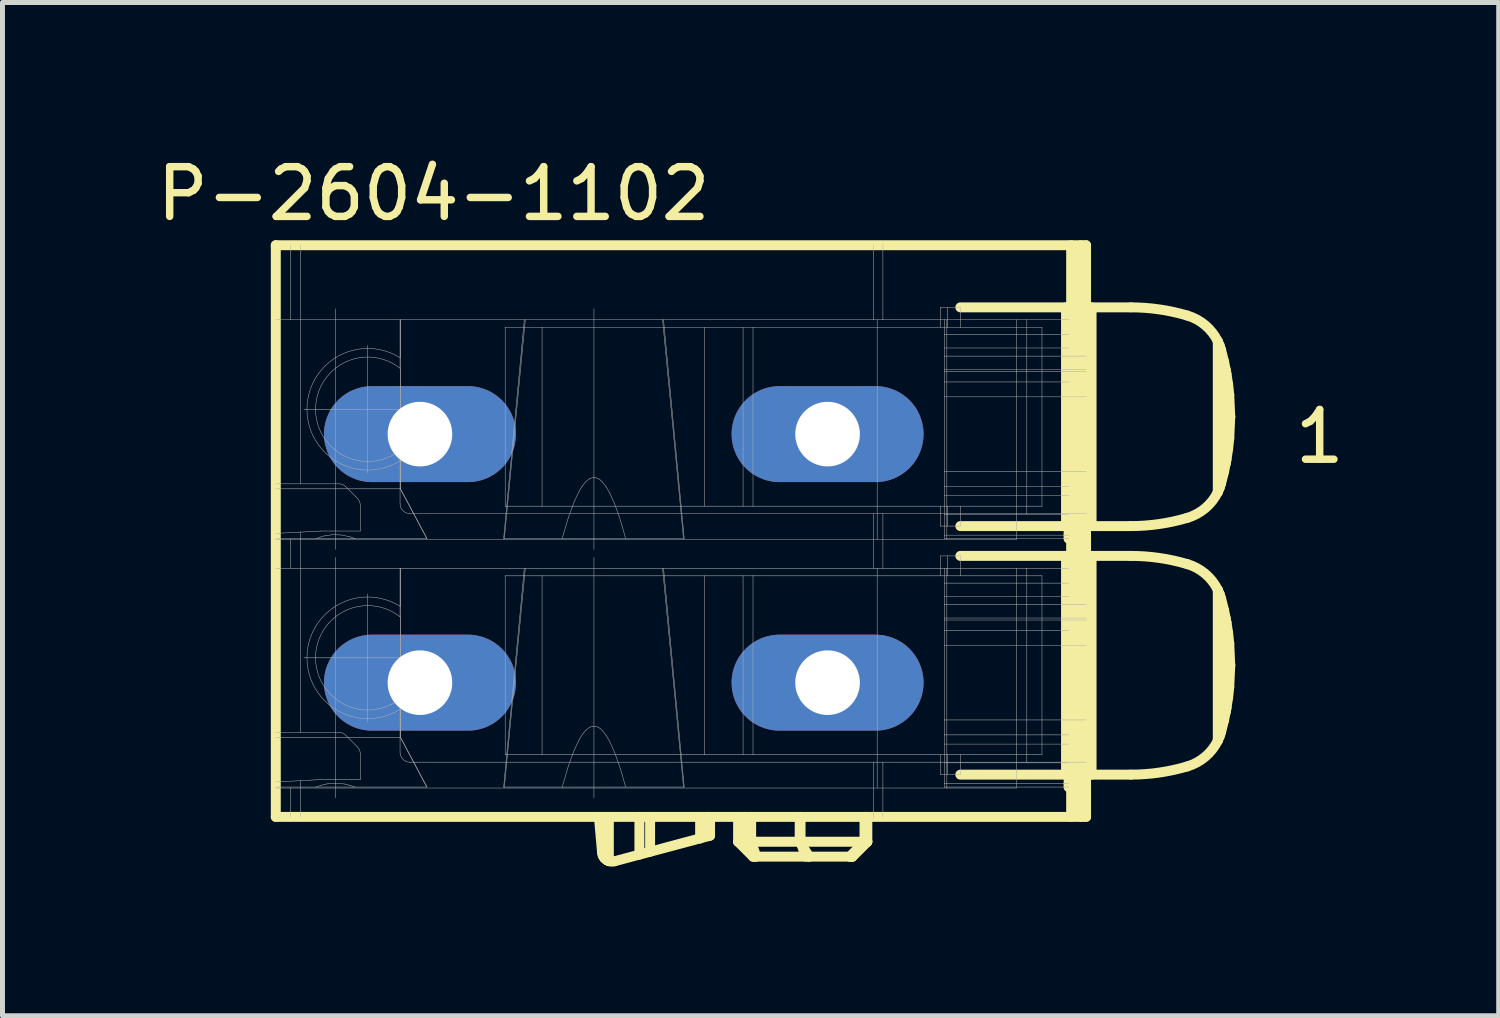
<source format=kicad_pcb>
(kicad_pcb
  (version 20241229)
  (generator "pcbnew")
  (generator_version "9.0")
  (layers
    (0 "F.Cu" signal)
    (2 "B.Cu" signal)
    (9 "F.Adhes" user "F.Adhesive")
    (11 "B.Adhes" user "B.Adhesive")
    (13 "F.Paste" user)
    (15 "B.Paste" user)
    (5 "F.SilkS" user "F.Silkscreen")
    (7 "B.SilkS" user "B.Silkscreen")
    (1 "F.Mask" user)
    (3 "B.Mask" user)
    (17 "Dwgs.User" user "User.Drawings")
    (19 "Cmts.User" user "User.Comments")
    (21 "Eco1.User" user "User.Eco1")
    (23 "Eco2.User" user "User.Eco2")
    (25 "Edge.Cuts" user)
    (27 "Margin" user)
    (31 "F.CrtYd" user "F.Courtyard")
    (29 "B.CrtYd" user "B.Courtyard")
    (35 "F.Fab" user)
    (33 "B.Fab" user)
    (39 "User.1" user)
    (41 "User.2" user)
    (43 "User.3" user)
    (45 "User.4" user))
  (footprint "P-2604-1102"
    (layer "F.Cu")
    (at 13.598 3.383)
    (property "Reference" "P-2604-1102" (at -7.925 -2.535 0) (layer "F.SilkS") (effects (font (size 1 1) (thickness 0.15))))
    (attr through_hole)
    (fp_line (start -11.1 10) (end -11.1 -1.5) (stroke (width 0.2) (type solid)) (layer "F.SilkS"))
    (fp_line (start -4.537 10.717) (end -4.6 10) (stroke (width 0.2) (type solid)) (layer "F.SilkS"))
    (fp_line (start -4.537 10.717) (end -4.522 10.778) (stroke (width 0.2) (type solid)) (layer "F.SilkS"))
    (fp_line (start -4.522 10.778) (end -4.491 10.829) (stroke (width 0.2) (type solid)) (layer "F.SilkS"))
    (fp_line (start -4.491 10.829) (end -4.436 10.874) (stroke (width 0.2) (type solid)) (layer "F.SilkS"))
    (fp_line (start -4.452 10.864) (end -4.452 10) (stroke (width 0.2) (type solid)) (layer "F.SilkS"))
    (fp_line (start -4.436 10.874) (end -4.4 10.89) (stroke (width 0.2) (type solid)) (layer "F.SilkS"))
    (fp_line (start -4.4 10.89) (end -4.4 10) (stroke (width 0.2) (type solid)) (layer "F.SilkS"))
    (fp_line (start -3.785 10.759) (end -3.785 10) (stroke (width 0.2) (type solid)) (layer "F.SilkS"))
    (fp_line (start -3.57 10.701) (end -3.57 10) (stroke (width 0.2) (type solid)) (layer "F.SilkS"))
    (fp_line (start -2.564 10.432) (end -4.286 10.893) (stroke (width 0.2) (type solid)) (layer "F.SilkS"))
    (fp_line (start -2.564 10.432) (end -2.564 10) (stroke (width 0.2) (type solid)) (layer "F.SilkS"))
    (fp_line (start -2.4 10.388) (end -2.4 10) (stroke (width 0.2) (type solid)) (layer "F.SilkS"))
    (fp_line (start -2.364 10.378) (end -2.564 10.432) (stroke (width 0.2) (type solid)) (layer "F.SilkS"))
    (fp_line (start -2.364 10.378) (end -2.364 10) (stroke (width 0.2) (type solid)) (layer "F.SilkS"))
    (fp_line (start -1.8 10) (end -1.8 10.5) (stroke (width 0.2) (type solid)) (layer "F.SilkS"))
    (fp_line (start -1.8 10.5) (end -1.5 10.8) (stroke (width 0.2) (type solid)) (layer "F.SilkS"))
    (fp_line (start -1.655 10.5) (end -1.8 10.5) (stroke (width 0.2) (type solid)) (layer "F.SilkS"))
    (fp_line (start -1.655 10.5) (end -1.655 10) (stroke (width 0.2) (type solid)) (layer "F.SilkS"))
    (fp_line (start -1.537 10.5) (end -1.537 10) (stroke (width 0.2) (type solid)) (layer "F.SilkS"))
    (fp_line (start -1.464 10.8) (end -1.655 10.5) (stroke (width 0.2) (type solid)) (layer "F.SilkS"))
    (fp_line (start -1.464 10.8) (end -1.5 10.8) (stroke (width 0.2) (type solid)) (layer "F.SilkS"))
    (fp_line (start -1.434 10.8) (end -1.537 10.5) (stroke (width 0.2) (type solid)) (layer "F.SilkS"))
    (fp_line (start -0.561 10.5) (end -1.655 10.5) (stroke (width 0.2) (type solid)) (layer "F.SilkS"))
    (fp_line (start -0.561 10.5) (end -0.561 10) (stroke (width 0.2) (type solid)) (layer "F.SilkS"))
    (fp_line (start -0.543 10.5) (end -0.543 10) (stroke (width 0.2) (type solid)) (layer "F.SilkS"))
    (fp_line (start -0.44 10.8) (end -0.543 10.5) (stroke (width 0.2) (type solid)) (layer "F.SilkS"))
    (fp_line (start -0.369 10.8) (end -1.464 10.8) (stroke (width 0.2) (type solid)) (layer "F.SilkS"))
    (fp_line (start -0.369 10.8) (end -0.561 10.5) (stroke (width 0.2) (type solid)) (layer "F.SilkS"))
    (fp_line (start 0.446 10.8) (end -0.369 10.8) (stroke (width 0.2) (type solid)) (layer "F.SilkS"))
    (fp_line (start 0.446 10.8) (end 0.743 10.5) (stroke (width 0.2) (type solid)) (layer "F.SilkS"))
    (fp_line (start 0.494 10.8) (end 0.446 10.8) (stroke (width 0.2) (type solid)) (layer "F.SilkS"))
    (fp_line (start 0.494 10.8) (end 0.792 10.5) (stroke (width 0.2) (type solid)) (layer "F.SilkS"))
    (fp_line (start 0.5 10.8) (end 0.494 10.8) (stroke (width 0.2) (type solid)) (layer "F.SilkS"))
    (fp_line (start 0.5 10.8) (end 0.8 10.5) (stroke (width 0.2) (type solid)) (layer "F.SilkS"))
    (fp_line (start 0.743 10.5) (end -0.561 10.5) (stroke (width 0.2) (type solid)) (layer "F.SilkS"))
    (fp_line (start 0.743 10.5) (end 0.743 10) (stroke (width 0.2) (type solid)) (layer "F.SilkS"))
    (fp_line (start 0.792 10.5) (end 0.743 10.5) (stroke (width 0.2) (type solid)) (layer "F.SilkS"))
    (fp_line (start 0.792 10.5) (end 0.792 10) (stroke (width 0.2) (type solid)) (layer "F.SilkS"))
    (fp_line (start 0.8 10.5) (end 0.792 10.5) (stroke (width 0.2) (type solid)) (layer "F.SilkS"))
    (fp_line (start 0.8 10.5) (end 0.8 10) (stroke (width 0.2) (type solid)) (layer "F.SilkS"))
    (fp_line (start 4.797 4.15) (end 4.797 -0.25) (stroke (width 0.2) (type solid)) (layer "F.SilkS"))
    (fp_line (start 4.797 9.15) (end 4.797 4.75) (stroke (width 0.2) (type solid)) (layer "F.SilkS"))
    (fp_line (start 4.85 0) (end 4.85 1.25) (stroke (width 0.2) (type solid)) (layer "F.SilkS"))
    (fp_line (start 4.85 1.25) (end 4.85 3.35) (stroke (width 0.2) (type solid)) (layer "F.SilkS"))
    (fp_line (start 4.85 3.35) (end 4.85 4.4) (stroke (width 0.2) (type solid)) (layer "F.SilkS"))
    (fp_line (start 4.85 5) (end 4.85 6.25) (stroke (width 0.2) (type solid)) (layer "F.SilkS"))
    (fp_line (start 4.85 6.25) (end 4.85 8.35) (stroke (width 0.2) (type solid)) (layer "F.SilkS"))
    (fp_line (start 4.85 8.35) (end 4.85 9.4) (stroke (width 0.2) (type solid)) (layer "F.SilkS"))
    (fp_line (start 4.9 10) (end 4.9 -1.5) (stroke (width 0.2) (type solid)) (layer "F.SilkS"))
    (fp_line (start 5.093 10) (end 5.093 -1.5) (stroke (width 0.2) (type solid)) (layer "F.SilkS"))
    (fp_line (start 5.2 -1.5) (end -11.1 -1.5) (stroke (width 0.2) (type solid)) (layer "F.SilkS"))
    (fp_line (start 5.2 -0.194) (end 4.85 0) (stroke (width 0.2) (type solid)) (layer "F.SilkS"))
    (fp_line (start 5.2 0.13) (end 4.85 0.298) (stroke (width 0.2) (type solid)) (layer "F.SilkS"))
    (fp_line (start 5.2 0.399) (end 4.85 0.567) (stroke (width 0.2) (type solid)) (layer "F.SilkS"))
    (fp_line (start 5.2 1.056) (end 4.85 1.25) (stroke (width 0.2) (type solid)) (layer "F.SilkS"))
    (fp_line (start 5.2 3.544) (end 4.85 3.35) (stroke (width 0.2) (type solid)) (layer "F.SilkS"))
    (fp_line (start 5.2 3.558) (end 4.85 3.536) (stroke (width 0.2) (type solid)) (layer "F.SilkS"))
    (fp_line (start 5.2 4.081) (end 4.85 3.913) (stroke (width 0.2) (type solid)) (layer "F.SilkS"))
    (fp_line (start 5.2 4.501) (end 4.85 4.333) (stroke (width 0.2) (type solid)) (layer "F.SilkS"))
    (fp_line (start 5.2 4.594) (end 4.85 4.4) (stroke (width 0.2) (type solid)) (layer "F.SilkS"))
    (fp_line (start 5.2 4.806) (end 4.85 5) (stroke (width 0.2) (type solid)) (layer "F.SilkS"))
    (fp_line (start 5.2 5.13) (end 4.85 5.298) (stroke (width 0.2) (type solid)) (layer "F.SilkS"))
    (fp_line (start 5.2 5.399) (end 4.85 5.567) (stroke (width 0.2) (type solid)) (layer "F.SilkS"))
    (fp_line (start 5.2 6.056) (end 4.85 6.25) (stroke (width 0.2) (type solid)) (layer "F.SilkS"))
    (fp_line (start 5.2 8.544) (end 4.85 8.35) (stroke (width 0.2) (type solid)) (layer "F.SilkS"))
    (fp_line (start 5.2 8.558) (end 4.85 8.536) (stroke (width 0.2) (type solid)) (layer "F.SilkS"))
    (fp_line (start 5.2 9.081) (end 4.85 8.913) (stroke (width 0.2) (type solid)) (layer "F.SilkS"))
    (fp_line (start 5.2 9.501) (end 4.85 9.333) (stroke (width 0.2) (type solid)) (layer "F.SilkS"))
    (fp_line (start 5.2 9.594) (end 4.85 9.4) (stroke (width 0.2) (type solid)) (layer "F.SilkS"))
    (fp_line (start 5.2 10) (end -11.1 10) (stroke (width 0.2) (type solid)) (layer "F.SilkS"))
    (fp_line (start 5.2 10) (end 5.2 -1.5) (stroke (width 0.2) (type solid)) (layer "F.SilkS"))
    (fp_line (start 5.311 4.15) (end 5.311 -0.25) (stroke (width 0.2) (type solid)) (layer "F.SilkS"))
    (fp_line (start 5.311 9.15) (end 5.311 4.75) (stroke (width 0.2) (type solid)) (layer "F.SilkS"))
    (fp_line (start 6.1 -0.25) (end 2.671 -0.25) (stroke (width 0.2) (type solid)) (layer "F.SilkS"))
    (fp_line (start 6.1 4.15) (end 2.671 4.15) (stroke (width 0.2) (type solid)) (layer "F.SilkS"))
    (fp_line (start 6.1 4.75) (end 2.671 4.75) (stroke (width 0.2) (type solid)) (layer "F.SilkS"))
    (fp_line (start 6.1 9.15) (end 2.671 9.15) (stroke (width 0.2) (type solid)) (layer "F.SilkS"))
    (fp_line (start 7.85 0.433) (end 7.887 0.517) (stroke (width 0.2) (type solid)) (layer "F.SilkS"))
    (fp_line (start 7.85 3.467) (end 7.85 0.433) (stroke (width 0.2) (type solid)) (layer "F.SilkS"))
    (fp_line (start 7.85 5.433) (end 7.887 5.517) (stroke (width 0.2) (type solid)) (layer "F.SilkS"))
    (fp_line (start 7.85 8.467) (end 7.85 5.433) (stroke (width 0.2) (type solid)) (layer "F.SilkS"))
    (fp_line (start 7.887 0.517) (end 7.916 0.605) (stroke (width 0.2) (type solid)) (layer "F.SilkS"))
    (fp_line (start 7.887 5.517) (end 7.916 5.605) (stroke (width 0.2) (type solid)) (layer "F.SilkS"))
    (fp_line (start 7.887 3.382) (end 7.85 3.467) (stroke (width 0.2) (type solid)) (layer "F.SilkS"))
    (fp_line (start 7.887 8.382) (end 7.85 8.467) (stroke (width 0.2) (type solid)) (layer "F.SilkS"))
    (fp_line (start 7.916 0.605) (end 7.977 0.846) (stroke (width 0.2) (type solid)) (layer "F.SilkS"))
    (fp_line (start 7.916 3.295) (end 7.887 3.382) (stroke (width 0.2) (type solid)) (layer "F.SilkS"))
    (fp_line (start 7.916 5.605) (end 7.977 5.846) (stroke (width 0.2) (type solid)) (layer "F.SilkS"))
    (fp_line (start 7.916 8.295) (end 7.887 8.382) (stroke (width 0.2) (type solid)) (layer "F.SilkS"))
    (fp_line (start 7.977 0.846) (end 8.025 1.09) (stroke (width 0.2) (type solid)) (layer "F.SilkS"))
    (fp_line (start 7.977 5.846) (end 8.025 6.09) (stroke (width 0.2) (type solid)) (layer "F.SilkS"))
    (fp_line (start 7.977 3.053) (end 7.916 3.295) (stroke (width 0.2) (type solid)) (layer "F.SilkS"))
    (fp_line (start 7.977 8.053) (end 7.916 8.295) (stroke (width 0.2) (type solid)) (layer "F.SilkS"))
    (fp_line (start 8.011 2.891) (end 8.011 1.009) (stroke (width 0.2) (type solid)) (layer "F.SilkS"))
    (fp_line (start 8.011 7.891) (end 8.011 6.009) (stroke (width 0.2) (type solid)) (layer "F.SilkS"))
    (fp_line (start 8.025 1.09) (end 8.058 1.3) (stroke (width 0.2) (type solid)) (layer "F.SilkS"))
    (fp_line (start 8.025 2.81) (end 7.977 3.053) (stroke (width 0.2) (type solid)) (layer "F.SilkS"))
    (fp_line (start 8.025 6.09) (end 8.058 6.3) (stroke (width 0.2) (type solid)) (layer "F.SilkS"))
    (fp_line (start 8.025 7.81) (end 7.977 8.053) (stroke (width 0.2) (type solid)) (layer "F.SilkS"))
    (fp_line (start 8.058 1.3) (end 8.081 1.511) (stroke (width 0.2) (type solid)) (layer "F.SilkS"))
    (fp_line (start 8.058 6.3) (end 8.081 6.511) (stroke (width 0.2) (type solid)) (layer "F.SilkS"))
    (fp_line (start 8.058 2.598) (end 8.025 2.81) (stroke (width 0.2) (type solid)) (layer "F.SilkS"))
    (fp_line (start 8.058 7.598) (end 8.025 7.81) (stroke (width 0.2) (type solid)) (layer "F.SilkS"))
    (fp_line (start 8.081 1.511) (end 8.1 1.936) (stroke (width 0.2) (type solid)) (layer "F.SilkS"))
    (fp_line (start 8.081 6.511) (end 8.1 6.936) (stroke (width 0.2) (type solid)) (layer "F.SilkS"))
    (fp_line (start 8.081 2.386) (end 8.058 2.598) (stroke (width 0.2) (type solid)) (layer "F.SilkS"))
    (fp_line (start 8.081 7.386) (end 8.058 7.598) (stroke (width 0.2) (type solid)) (layer "F.SilkS"))
    (fp_line (start 8.1 1.936) (end 8.1 1.95) (stroke (width 0.2) (type solid)) (layer "F.SilkS"))
    (fp_line (start 8.1 1.964) (end 8.081 2.386) (stroke (width 0.2) (type solid)) (layer "F.SilkS"))
    (fp_line (start 8.1 6.936) (end 8.1 6.95) (stroke (width 0.2) (type solid)) (layer "F.SilkS"))
    (fp_line (start 8.1 6.964) (end 8.081 7.386) (stroke (width 0.2) (type solid)) (layer "F.SilkS"))
    (fp_line (start 8.1 1.95) (end 8.1 1.964) (stroke (width 0.2) (type solid)) (layer "F.SilkS"))
    (fp_line (start 8.1 6.95) (end 8.1 6.964) (stroke (width 0.2) (type solid)) (layer "F.SilkS"))
    (fp_arc (start -4.28623 10.8932) (mid -4.343333 10.899963) (end -4.4 10.8902) (stroke (width 0.2) (type solid)) (layer "F.SilkS"))
    (fp_arc (start 6.1 -0.249997) (mid 6.674259 -0.20856) (end 7.23662 -0.085109) (stroke (width 0.2) (type solid)) (layer "F.SilkS"))
    (fp_arc (start 6.1 4.75) (mid 6.674259 4.791438) (end 7.23662 4.91489) (stroke (width 0.2) (type solid)) (layer "F.SilkS"))
    (fp_arc (start 7.23662 -0.085116) (mid 7.597551 0.109553) (end 7.85 0.432719) (stroke (width 0.2) (type solid)) (layer "F.SilkS"))
    (fp_arc (start 7.23662 3.98511) (mid 6.674259 4.108562) (end 6.1 4.15) (stroke (width 0.2) (type solid)) (layer "F.SilkS"))
    (fp_arc (start 7.23662 4.91488) (mid 7.597551 5.109551) (end 7.85 5.43272) (stroke (width 0.2) (type solid)) (layer "F.SilkS"))
    (fp_arc (start 7.23662 8.98511) (mid 6.674259 9.108562) (end 6.1 9.15) (stroke (width 0.2) (type solid)) (layer "F.SilkS"))
    (fp_arc (start 7.84999 3.46728) (mid 7.597545 3.790443) (end 7.23662 3.98511) (stroke (width 0.2) (type solid)) (layer "F.SilkS"))
    (fp_arc (start 7.84999 8.46728) (mid 7.597545 8.790443) (end 7.23662 8.98511) (stroke (width 0.2) (type solid)) (layer "F.SilkS"))
    (fp_line (start -11.1 3.4) (end -8.596 3.4) (stroke (width 0.01) (type solid)) (layer "F.Fab"))
    (fp_line (start -11.1 4.4) (end -10.29 4.4) (stroke (width 0.01) (type solid)) (layer "F.Fab"))
    (fp_line (start -11.1 8.4) (end -8.59 8.4) (stroke (width 0.01) (type solid)) (layer "F.Fab"))
    (fp_line (start -10.8 0) (end -10.8 -1.5) (stroke (width 0.01) (type solid)) (layer "F.Fab"))
    (fp_line (start -10.8 5) (end -10.8 4.42) (stroke (width 0.01) (type solid)) (layer "F.Fab"))
    (fp_line (start -10.8 10) (end -10.8 9.42) (stroke (width 0.01) (type solid)) (layer "F.Fab"))
    (fp_line (start -10.6 3.3) (end -11.1 3.3) (stroke (width 0.01) (type solid)) (layer "F.Fab"))
    (fp_line (start -10.6 3.3) (end -10.6 -1.5) (stroke (width 0.01) (type solid)) (layer "F.Fab"))
    (fp_line (start -10.6 8.3) (end -11.1 8.3) (stroke (width 0.01) (type solid)) (layer "F.Fab"))
    (fp_line (start -10.6 8.3) (end -10.6 4.271) (stroke (width 0.01) (type solid)) (layer "F.Fab"))
    (fp_line (start -10.6 10) (end -10.6 9.271) (stroke (width 0.01) (type solid)) (layer "F.Fab"))
    (fp_line (start -10.534 1.8) (end -8.6 1.8) (stroke (width 0.01) (type solid)) (layer "F.Fab"))
    (fp_line (start -10.534 6.8) (end -8.6 6.8) (stroke (width 0.01) (type solid)) (layer "F.Fab"))
    (fp_line (start -10.29 4.4) (end -10.127 4.348) (stroke (width 0.01) (type solid)) (layer "F.Fab"))
    (fp_line (start -10.29 4.4) (end -9.51 4.4) (stroke (width 0.01) (type solid)) (layer "F.Fab"))
    (fp_line (start -10.29 9.4) (end -10.181 9.363) (stroke (width 0.01) (type solid)) (layer "F.Fab"))
    (fp_line (start -10.2 4.25) (end -11.1 4.297) (stroke (width 0.01) (type solid)) (layer "F.Fab"))
    (fp_line (start -10.2 4.25) (end -9.4 4.25) (stroke (width 0.01) (type solid)) (layer "F.Fab"))
    (fp_line (start -10.2 9.25) (end -11.1 9.297) (stroke (width 0.01) (type solid)) (layer "F.Fab"))
    (fp_line (start -10.2 9.25) (end -9.4 9.25) (stroke (width 0.01) (type solid)) (layer "F.Fab"))
    (fp_line (start -10.181 9.363) (end -10.069 9.336) (stroke (width 0.01) (type solid)) (layer "F.Fab"))
    (fp_line (start -10.127 4.348) (end -9.954 4.323) (stroke (width 0.01) (type solid)) (layer "F.Fab"))
    (fp_line (start -10.069 9.336) (end -9.895 9.322) (stroke (width 0.01) (type solid)) (layer "F.Fab"))
    (fp_line (start -9.954 4.323) (end -9.782 4.329) (stroke (width 0.01) (type solid)) (layer "F.Fab"))
    (fp_line (start -9.9 4.62) (end -9.9 -0.22) (stroke (width 0.01) (type solid)) (layer "F.Fab"))
    (fp_line (start -9.9 9.62) (end -9.9 4.78) (stroke (width 0.01) (type solid)) (layer "F.Fab"))
    (fp_line (start -9.895 9.322) (end -9.715 9.339) (stroke (width 0.01) (type solid)) (layer "F.Fab"))
    (fp_line (start -9.833 3.3) (end -10.6 3.3) (stroke (width 0.01) (type solid)) (layer "F.Fab"))
    (fp_line (start -9.833 8.3) (end -10.6 8.3) (stroke (width 0.01) (type solid)) (layer "F.Fab"))
    (fp_line (start -9.782 4.329) (end -9.608 4.366) (stroke (width 0.01) (type solid)) (layer "F.Fab"))
    (fp_line (start -9.715 9.339) (end -9.612 9.365) (stroke (width 0.01) (type solid)) (layer "F.Fab"))
    (fp_line (start -9.612 9.365) (end -9.51 9.4) (stroke (width 0.01) (type solid)) (layer "F.Fab"))
    (fp_line (start -9.608 4.366) (end -9.51 4.4) (stroke (width 0.01) (type solid)) (layer "F.Fab"))
    (fp_line (start -9.51 4.4) (end -8.063 4.4) (stroke (width 0.01) (type solid)) (layer "F.Fab"))
    (fp_line (start -9.459 3.591) (end -9.691 3.359) (stroke (width 0.01) (type solid)) (layer "F.Fab"))
    (fp_line (start -9.459 8.591) (end -9.691 8.359) (stroke (width 0.01) (type solid)) (layer "F.Fab"))
    (fp_line (start -9.4 4.25) (end -9.4 3.733) (stroke (width 0.01) (type solid)) (layer "F.Fab"))
    (fp_line (start -9.4 9.25) (end -9.4 8.733) (stroke (width 0.01) (type solid)) (layer "F.Fab"))
    (fp_line (start -9.25 3.084) (end -9.25 0.516) (stroke (width 0.01) (type solid)) (layer "F.Fab"))
    (fp_line (start -9.25 8.084) (end -9.25 5.516) (stroke (width 0.01) (type solid)) (layer "F.Fab"))
    (fp_line (start -8.6 0) (end -11.1 0) (stroke (width 0.01) (type solid)) (layer "F.Fab"))
    (fp_line (start -8.6 0) (end -8.6 0.764) (stroke (width 0.01) (type solid)) (layer "F.Fab"))
    (fp_line (start -8.6 0.764) (end -8.6 0.975) (stroke (width 0.01) (type solid)) (layer "F.Fab"))
    (fp_line (start -8.6 2.62) (end -8.6 1.8) (stroke (width 0.01) (type solid)) (layer "F.Fab"))
    (fp_line (start -8.6 2.625) (end -8.6 2.836) (stroke (width 0.01) (type solid)) (layer "F.Fab"))
    (fp_line (start -8.6 2.836) (end -8.6 3.7) (stroke (width 0.01) (type solid)) (layer "F.Fab"))
    (fp_line (start -8.6 5) (end -11.1 5) (stroke (width 0.01) (type solid)) (layer "F.Fab"))
    (fp_line (start -8.6 5) (end -8.6 5.764) (stroke (width 0.01) (type solid)) (layer "F.Fab"))
    (fp_line (start -8.6 5.764) (end -8.6 5.975) (stroke (width 0.01) (type solid)) (layer "F.Fab"))
    (fp_line (start -8.6 7.62) (end -8.6 6.8) (stroke (width 0.01) (type solid)) (layer "F.Fab"))
    (fp_line (start -8.6 7.625) (end -8.6 7.836) (stroke (width 0.01) (type solid)) (layer "F.Fab"))
    (fp_line (start -8.6 7.836) (end -8.6 8.7) (stroke (width 0.01) (type solid)) (layer "F.Fab"))
    (fp_line (start -8.596 0.761) (end -8.596 0) (stroke (width 0.01) (type solid)) (layer "F.Fab"))
    (fp_line (start -8.596 1.8) (end -8.6 1.8) (stroke (width 0.01) (type solid)) (layer "F.Fab"))
    (fp_line (start -8.596 1.8) (end -8.596 0.979) (stroke (width 0.01) (type solid)) (layer "F.Fab"))
    (fp_line (start -8.596 2.8) (end -8.59 2.8) (stroke (width 0.01) (type solid)) (layer "F.Fab"))
    (fp_line (start -8.596 3.4) (end -8.596 2.839) (stroke (width 0.01) (type solid)) (layer "F.Fab"))
    (fp_line (start -8.596 3.4) (end -8.59 3.4) (stroke (width 0.01) (type solid)) (layer "F.Fab"))
    (fp_line (start -8.596 5.761) (end -8.596 5) (stroke (width 0.01) (type solid)) (layer "F.Fab"))
    (fp_line (start -8.596 6.8) (end -8.6 6.8) (stroke (width 0.01) (type solid)) (layer "F.Fab"))
    (fp_line (start -8.596 6.8) (end -8.596 5.979) (stroke (width 0.01) (type solid)) (layer "F.Fab"))
    (fp_line (start -8.596 7.8) (end -7.8 7.8) (stroke (width 0.01) (type solid)) (layer "F.Fab"))
    (fp_line (start -8.596 8.4) (end -8.596 7.839) (stroke (width 0.01) (type solid)) (layer "F.Fab"))
    (fp_line (start -8.59 1.8) (end -8.596 1.8) (stroke (width 0.01) (type solid)) (layer "F.Fab"))
    (fp_line (start -8.59 1.8) (end -8.59 0) (stroke (width 0.01) (type solid)) (layer "F.Fab"))
    (fp_line (start -8.59 2.8) (end -7.8 2.8) (stroke (width 0.01) (type solid)) (layer "F.Fab"))
    (fp_line (start -8.59 3.4) (end -8.59 2.8) (stroke (width 0.01) (type solid)) (layer "F.Fab"))
    (fp_line (start -8.59 6.8) (end -8.596 6.8) (stroke (width 0.01) (type solid)) (layer "F.Fab"))
    (fp_line (start -8.59 6.8) (end -8.59 5) (stroke (width 0.01) (type solid)) (layer "F.Fab"))
    (fp_line (start -8.59 8.4) (end -8.59 7.8) (stroke (width 0.01) (type solid)) (layer "F.Fab"))
    (fp_line (start -8.4 3.9) (end 0.92 3.9) (stroke (width 0.01) (type solid)) (layer "F.Fab"))
    (fp_line (start -8.4 8.9) (end 0.92 8.9) (stroke (width 0.01) (type solid)) (layer "F.Fab"))
    (fp_line (start -8.063 4.4) (end -8.596 3.4) (stroke (width 0.01) (type solid)) (layer "F.Fab"))
    (fp_line (start -8.063 4.4) (end -8.058 4.4) (stroke (width 0.01) (type solid)) (layer "F.Fab"))
    (fp_line (start -8.063 9.4) (end -8.596 8.4) (stroke (width 0.01) (type solid)) (layer "F.Fab"))
    (fp_line (start -8.058 4.4) (end -8.59 3.4) (stroke (width 0.01) (type solid)) (layer "F.Fab"))
    (fp_line (start -8.058 9.4) (end -11.1 9.4) (stroke (width 0.01) (type solid)) (layer "F.Fab"))
    (fp_line (start -8.058 9.4) (end -8.59 8.4) (stroke (width 0.01) (type solid)) (layer "F.Fab"))
    (fp_line (start -7.8 1.8) (end -8.59 1.8) (stroke (width 0.01) (type solid)) (layer "F.Fab"))
    (fp_line (start -7.8 2.8) (end -7.8 1.8) (stroke (width 0.01) (type solid)) (layer "F.Fab"))
    (fp_line (start -7.8 6.8) (end -8.59 6.8) (stroke (width 0.01) (type solid)) (layer "F.Fab"))
    (fp_line (start -7.8 7.8) (end -7.8 6.8) (stroke (width 0.01) (type solid)) (layer "F.Fab"))
    (fp_line (start -6.485 3.75) (end -6.485 0.15) (stroke (width 0.01) (type solid)) (layer "F.Fab"))
    (fp_line (start -6.485 8.75) (end -6.485 5.15) (stroke (width 0.01) (type solid)) (layer "F.Fab"))
    (fp_line (start -6.1 0) (end -6.516 4.4) (stroke (width 0.01) (type solid)) (layer "F.Fab"))
    (fp_line (start -6.1 5) (end -6.516 9.4) (stroke (width 0.01) (type solid)) (layer "F.Fab"))
    (fp_line (start -6.081 0) (end -6.502 4.4) (stroke (width 0.01) (type solid)) (layer "F.Fab"))
    (fp_line (start -6.081 5) (end -6.502 9.4) (stroke (width 0.01) (type solid)) (layer "F.Fab"))
    (fp_line (start -5.743 0.15) (end -6.485 0.15) (stroke (width 0.01) (type solid)) (layer "F.Fab"))
    (fp_line (start -5.743 3.75) (end -6.485 3.75) (stroke (width 0.01) (type solid)) (layer "F.Fab"))
    (fp_line (start -5.743 3.75) (end -5.743 0.15) (stroke (width 0.01) (type solid)) (layer "F.Fab"))
    (fp_line (start -5.743 8.75) (end -5.743 5.15) (stroke (width 0.01) (type solid)) (layer "F.Fab"))
    (fp_line (start -5.338 4.4) (end -5.219 3.992) (stroke (width 0.01) (type solid)) (layer "F.Fab"))
    (fp_line (start -5.338 9.4) (end -5.219 8.992) (stroke (width 0.01) (type solid)) (layer "F.Fab"))
    (fp_line (start -5.219 3.992) (end -5.098 3.661) (stroke (width 0.01) (type solid)) (layer "F.Fab"))
    (fp_line (start -5.219 8.992) (end -5.098 8.661) (stroke (width 0.01) (type solid)) (layer "F.Fab"))
    (fp_line (start -5.098 3.661) (end -4.998 3.448) (stroke (width 0.01) (type solid)) (layer "F.Fab"))
    (fp_line (start -5.098 8.661) (end -4.998 8.448) (stroke (width 0.01) (type solid)) (layer "F.Fab"))
    (fp_line (start -4.998 3.448) (end -4.937 3.348) (stroke (width 0.01) (type solid)) (layer "F.Fab"))
    (fp_line (start -4.998 8.448) (end -4.937 8.348) (stroke (width 0.01) (type solid)) (layer "F.Fab"))
    (fp_line (start -4.937 3.348) (end -4.862 3.255) (stroke (width 0.01) (type solid)) (layer "F.Fab"))
    (fp_line (start -4.937 8.348) (end -4.862 8.255) (stroke (width 0.01) (type solid)) (layer "F.Fab"))
    (fp_line (start -4.862 3.255) (end -4.792 3.2) (stroke (width 0.01) (type solid)) (layer "F.Fab"))
    (fp_line (start -4.862 8.255) (end -4.792 8.2) (stroke (width 0.01) (type solid)) (layer "F.Fab"))
    (fp_line (start -4.792 3.2) (end -4.734 3.177) (stroke (width 0.01) (type solid)) (layer "F.Fab"))
    (fp_line (start -4.792 8.2) (end -4.734 8.177) (stroke (width 0.01) (type solid)) (layer "F.Fab"))
    (fp_line (start -4.734 3.177) (end -4.672 3.176) (stroke (width 0.01) (type solid)) (layer "F.Fab"))
    (fp_line (start -4.734 8.177) (end -4.672 8.176) (stroke (width 0.01) (type solid)) (layer "F.Fab"))
    (fp_line (start -4.7 4.62) (end -4.7 -0.22) (stroke (width 0.01) (type solid)) (layer "F.Fab"))
    (fp_line (start -4.7 9.62) (end -4.7 4.78) (stroke (width 0.01) (type solid)) (layer "F.Fab"))
    (fp_line (start -4.672 3.176) (end -4.614 3.197) (stroke (width 0.01) (type solid)) (layer "F.Fab"))
    (fp_line (start -4.672 8.176) (end -4.614 8.197) (stroke (width 0.01) (type solid)) (layer "F.Fab"))
    (fp_line (start -4.614 3.197) (end -4.573 3.224) (stroke (width 0.01) (type solid)) (layer "F.Fab"))
    (fp_line (start -4.614 8.197) (end -4.573 8.224) (stroke (width 0.01) (type solid)) (layer "F.Fab"))
    (fp_line (start -4.573 3.224) (end -4.536 3.257) (stroke (width 0.01) (type solid)) (layer "F.Fab"))
    (fp_line (start -4.573 8.224) (end -4.536 8.257) (stroke (width 0.01) (type solid)) (layer "F.Fab"))
    (fp_line (start -4.536 3.257) (end -4.452 3.364) (stroke (width 0.01) (type solid)) (layer "F.Fab"))
    (fp_line (start -4.536 8.257) (end -4.452 8.364) (stroke (width 0.01) (type solid)) (layer "F.Fab"))
    (fp_line (start -4.452 3.364) (end -4.383 3.484) (stroke (width 0.01) (type solid)) (layer "F.Fab"))
    (fp_line (start -4.452 8.364) (end -4.383 8.484) (stroke (width 0.01) (type solid)) (layer "F.Fab"))
    (fp_line (start -4.383 3.484) (end -4.284 3.704) (stroke (width 0.01) (type solid)) (layer "F.Fab"))
    (fp_line (start -4.383 8.484) (end -4.284 8.704) (stroke (width 0.01) (type solid)) (layer "F.Fab"))
    (fp_line (start -4.284 3.704) (end -4.201 3.931) (stroke (width 0.01) (type solid)) (layer "F.Fab"))
    (fp_line (start -4.284 8.704) (end -4.201 8.931) (stroke (width 0.01) (type solid)) (layer "F.Fab"))
    (fp_line (start -4.201 3.931) (end -4.128 4.165) (stroke (width 0.01) (type solid)) (layer "F.Fab"))
    (fp_line (start -4.201 8.931) (end -4.128 9.165) (stroke (width 0.01) (type solid)) (layer "F.Fab"))
    (fp_line (start -4.128 4.165) (end -4.062 4.4) (stroke (width 0.01) (type solid)) (layer "F.Fab"))
    (fp_line (start -4.128 9.165) (end -4.062 9.4) (stroke (width 0.01) (type solid)) (layer "F.Fab"))
    (fp_line (start -2.898 4.4) (end -3.319 0) (stroke (width 0.01) (type solid)) (layer "F.Fab"))
    (fp_line (start -2.898 9.4) (end -3.319 5) (stroke (width 0.01) (type solid)) (layer "F.Fab"))
    (fp_line (start -2.884 4.4) (end -6.516 4.4) (stroke (width 0.01) (type solid)) (layer "F.Fab"))
    (fp_line (start -2.884 4.4) (end -3.3 0) (stroke (width 0.01) (type solid)) (layer "F.Fab"))
    (fp_line (start -2.884 9.4) (end -6.516 9.4) (stroke (width 0.01) (type solid)) (layer "F.Fab"))
    (fp_line (start -2.884 9.4) (end -3.3 5) (stroke (width 0.01) (type solid)) (layer "F.Fab"))
    (fp_line (start -2.475 3.75) (end -2.475 0.15) (stroke (width 0.01) (type solid)) (layer "F.Fab"))
    (fp_line (start -2.475 8.75) (end -2.475 5.15) (stroke (width 0.01) (type solid)) (layer "F.Fab"))
    (fp_line (start -1.7 3.75) (end -1.7 0.15) (stroke (width 0.01) (type solid)) (layer "F.Fab"))
    (fp_line (start -1.7 8.75) (end -1.7 5.15) (stroke (width 0.01) (type solid)) (layer "F.Fab"))
    (fp_line (start -1.5 0.15) (end -5.743 0.15) (stroke (width 0.01) (type solid)) (layer "F.Fab"))
    (fp_line (start -1.5 3.75) (end -5.743 3.75) (stroke (width 0.01) (type solid)) (layer "F.Fab"))
    (fp_line (start -1.5 3.75) (end -1.5 0.15) (stroke (width 0.01) (type solid)) (layer "F.Fab"))
    (fp_line (start -1.5 5.15) (end -6.485 5.15) (stroke (width 0.01) (type solid)) (layer "F.Fab"))
    (fp_line (start -1.5 8.75) (end -1.5 5.15) (stroke (width 0.01) (type solid)) (layer "F.Fab"))
    (fp_line (start -0.4 1.8) (end -0.4 2.8) (stroke (width 0.01) (type solid)) (layer "F.Fab"))
    (fp_line (start -0.4 2.8) (end 0.4 2.8) (stroke (width 0.01) (type solid)) (layer "F.Fab"))
    (fp_line (start -0.4 6.8) (end -0.4 7.8) (stroke (width 0.01) (type solid)) (layer "F.Fab"))
    (fp_line (start -0.4 7.8) (end 0.4 7.8) (stroke (width 0.01) (type solid)) (layer "F.Fab"))
    (fp_line (start 0.4 1.8) (end -0.4 1.8) (stroke (width 0.01) (type solid)) (layer "F.Fab"))
    (fp_line (start 0.4 2.8) (end 0.4 1.8) (stroke (width 0.01) (type solid)) (layer "F.Fab"))
    (fp_line (start 0.4 6.8) (end -0.4 6.8) (stroke (width 0.01) (type solid)) (layer "F.Fab"))
    (fp_line (start 0.4 7.8) (end 0.4 6.8) (stroke (width 0.01) (type solid)) (layer "F.Fab"))
    (fp_line (start 0.92 0) (end -8.6 0) (stroke (width 0.01) (type solid)) (layer "F.Fab"))
    (fp_line (start 0.92 0) (end 0.92 -1.5) (stroke (width 0.01) (type solid)) (layer "F.Fab"))
    (fp_line (start 0.92 3.9) (end 1.113 3.9) (stroke (width 0.01) (type solid)) (layer "F.Fab"))
    (fp_line (start 0.92 5) (end -8.6 5) (stroke (width 0.01) (type solid)) (layer "F.Fab"))
    (fp_line (start 0.92 5) (end 0.92 3.9) (stroke (width 0.01) (type solid)) (layer "F.Fab"))
    (fp_line (start 0.92 8.9) (end 1.113 8.9) (stroke (width 0.01) (type solid)) (layer "F.Fab"))
    (fp_line (start 0.92 10) (end 0.92 8.9) (stroke (width 0.01) (type solid)) (layer "F.Fab"))
    (fp_line (start 0.998 4.42) (end 0.998 0) (stroke (width 0.01) (type solid)) (layer "F.Fab"))
    (fp_line (start 0.998 9.42) (end 0.998 5) (stroke (width 0.01) (type solid)) (layer "F.Fab"))
    (fp_line (start 1.113 0) (end 0.92 0) (stroke (width 0.01) (type solid)) (layer "F.Fab"))
    (fp_line (start 1.113 0) (end 1.113 -1.5) (stroke (width 0.01) (type solid)) (layer "F.Fab"))
    (fp_line (start 1.113 3.9) (end 4.008 3.9) (stroke (width 0.01) (type solid)) (layer "F.Fab"))
    (fp_line (start 1.113 5) (end 0.92 5) (stroke (width 0.01) (type solid)) (layer "F.Fab"))
    (fp_line (start 1.113 5) (end 1.113 3.9) (stroke (width 0.01) (type solid)) (layer "F.Fab"))
    (fp_line (start 1.113 8.9) (end 2.271 8.9) (stroke (width 0.01) (type solid)) (layer "F.Fab"))
    (fp_line (start 1.113 10) (end 1.113 8.9) (stroke (width 0.01) (type solid)) (layer "F.Fab"))
    (fp_line (start 2.271 -0.25) (end 2.271 0.15) (stroke (width 0.01) (type solid)) (layer "F.Fab"))
    (fp_line (start 2.271 3.75) (end 2.271 4.15) (stroke (width 0.01) (type solid)) (layer "F.Fab"))
    (fp_line (start 2.271 4.75) (end 2.271 5) (stroke (width 0.01) (type solid)) (layer "F.Fab"))
    (fp_line (start 2.271 5) (end 1.113 5) (stroke (width 0.01) (type solid)) (layer "F.Fab"))
    (fp_line (start 2.271 5) (end 2.271 5.15) (stroke (width 0.01) (type solid)) (layer "F.Fab"))
    (fp_line (start 2.271 8.75) (end 2.271 8.9) (stroke (width 0.01) (type solid)) (layer "F.Fab"))
    (fp_line (start 2.271 8.9) (end 2.271 9.15) (stroke (width 0.01) (type solid)) (layer "F.Fab"))
    (fp_line (start 2.35 0) (end 1.113 0) (stroke (width 0.01) (type solid)) (layer "F.Fab"))
    (fp_line (start 2.35 0) (end 2.35 4.4) (stroke (width 0.01) (type solid)) (layer "F.Fab"))
    (fp_line (start 2.35 5) (end 2.271 5) (stroke (width 0.01) (type solid)) (layer "F.Fab"))
    (fp_line (start 2.35 5) (end 2.35 8.05) (stroke (width 0.01) (type solid)) (layer "F.Fab"))
    (fp_line (start 2.35 8.05) (end 2.35 8.35) (stroke (width 0.01) (type solid)) (layer "F.Fab"))
    (fp_line (start 2.35 8.35) (end 2.35 9.4) (stroke (width 0.01) (type solid)) (layer "F.Fab"))
    (fp_line (start 2.399 4.42) (end 2.399 0) (stroke (width 0.01) (type solid)) (layer "F.Fab"))
    (fp_line (start 2.399 9.42) (end 2.399 5) (stroke (width 0.01) (type solid)) (layer "F.Fab"))
    (fp_line (start 2.414 0.15) (end 2.414 -0.25) (stroke (width 0.01) (type solid)) (layer "F.Fab"))
    (fp_line (start 2.414 4.15) (end 2.414 3.75) (stroke (width 0.01) (type solid)) (layer "F.Fab"))
    (fp_line (start 2.414 5.15) (end 2.414 4.75) (stroke (width 0.01) (type solid)) (layer "F.Fab"))
    (fp_line (start 2.414 9.15) (end 2.414 8.75) (stroke (width 0.01) (type solid)) (layer "F.Fab"))
    (fp_line (start 2.671 -0.25) (end 2.271 -0.25) (stroke (width 0.01) (type solid)) (layer "F.Fab"))
    (fp_line (start 2.671 0.15) (end -1.5 0.15) (stroke (width 0.01) (type solid)) (layer "F.Fab"))
    (fp_line (start 2.671 0.15) (end 2.671 -0.25) (stroke (width 0.01) (type solid)) (layer "F.Fab"))
    (fp_line (start 2.671 3.75) (end -1.5 3.75) (stroke (width 0.01) (type solid)) (layer "F.Fab"))
    (fp_line (start 2.671 4.15) (end 2.271 4.15) (stroke (width 0.01) (type solid)) (layer "F.Fab"))
    (fp_line (start 2.671 4.15) (end 2.671 3.75) (stroke (width 0.01) (type solid)) (layer "F.Fab"))
    (fp_line (start 2.671 4.75) (end 2.271 4.75) (stroke (width 0.01) (type solid)) (layer "F.Fab"))
    (fp_line (start 2.671 5.15) (end -1.5 5.15) (stroke (width 0.01) (type solid)) (layer "F.Fab"))
    (fp_line (start 2.671 5.15) (end 2.671 4.75) (stroke (width 0.01) (type solid)) (layer "F.Fab"))
    (fp_line (start 2.671 8.75) (end -6.485 8.75) (stroke (width 0.01) (type solid)) (layer "F.Fab"))
    (fp_line (start 2.671 9.15) (end 2.271 9.15) (stroke (width 0.01) (type solid)) (layer "F.Fab"))
    (fp_line (start 2.671 9.15) (end 2.671 8.75) (stroke (width 0.01) (type solid)) (layer "F.Fab"))
    (fp_line (start 3.8 4.42) (end -11.1 4.42) (stroke (width 0.01) (type solid)) (layer "F.Fab"))
    (fp_line (start 3.8 4.42) (end 3.8 0) (stroke (width 0.01) (type solid)) (layer "F.Fab"))
    (fp_line (start 3.8 9.42) (end -11.1 9.42) (stroke (width 0.01) (type solid)) (layer "F.Fab"))
    (fp_line (start 3.8 9.42) (end 3.8 5) (stroke (width 0.01) (type solid)) (layer "F.Fab"))
    (fp_line (start 4.008 0) (end 2.35 0) (stroke (width 0.01) (type solid)) (layer "F.Fab"))
    (fp_line (start 4.008 3.9) (end 4.008 0) (stroke (width 0.01) (type solid)) (layer "F.Fab"))
    (fp_line (start 4.008 5) (end 2.35 5) (stroke (width 0.01) (type solid)) (layer "F.Fab"))
    (fp_line (start 4.008 8.9) (end 2.271 8.9) (stroke (width 0.01) (type solid)) (layer "F.Fab"))
    (fp_line (start 4.008 8.9) (end 4.008 5) (stroke (width 0.01) (type solid)) (layer "F.Fab"))
    (fp_line (start 4.313 0.15) (end 2.671 0.15) (stroke (width 0.01) (type solid)) (layer "F.Fab"))
    (fp_line (start 4.313 3.75) (end 2.671 3.75) (stroke (width 0.01) (type solid)) (layer "F.Fab"))
    (fp_line (start 4.313 3.75) (end 4.313 0.15) (stroke (width 0.01) (type solid)) (layer "F.Fab"))
    (fp_line (start 4.313 5.15) (end 2.671 5.15) (stroke (width 0.01) (type solid)) (layer "F.Fab"))
    (fp_line (start 4.313 8.75) (end 2.671 8.75) (stroke (width 0.01) (type solid)) (layer "F.Fab"))
    (fp_line (start 4.313 8.75) (end 4.313 5.15) (stroke (width 0.01) (type solid)) (layer "F.Fab"))
    (fp_line (start 4.85 0) (end 4.008 0) (stroke (width 0.01) (type solid)) (layer "F.Fab"))
    (fp_line (start 4.85 0.298) (end 2.35 0.298) (stroke (width 0.01) (type solid)) (layer "F.Fab"))
    (fp_line (start 4.85 0.567) (end 2.35 0.567) (stroke (width 0.01) (type solid)) (layer "F.Fab"))
    (fp_line (start 4.85 1.25) (end 2.35 1.25) (stroke (width 0.01) (type solid)) (layer "F.Fab"))
    (fp_line (start 4.85 3.35) (end 2.35 3.35) (stroke (width 0.01) (type solid)) (layer "F.Fab"))
    (fp_line (start 4.85 3.536) (end 2.35 3.536) (stroke (width 0.01) (type solid)) (layer "F.Fab"))
    (fp_line (start 4.85 3.913) (end 2.35 3.913) (stroke (width 0.01) (type solid)) (layer "F.Fab"))
    (fp_line (start 4.85 4.333) (end 2.35 4.333) (stroke (width 0.01) (type solid)) (layer "F.Fab"))
    (fp_line (start 4.85 4.4) (end 2.35 4.4) (stroke (width 0.01) (type solid)) (layer "F.Fab"))
    (fp_line (start 4.85 5) (end 4.008 5) (stroke (width 0.01) (type solid)) (layer "F.Fab"))
    (fp_line (start 4.85 5.298) (end 2.35 5.298) (stroke (width 0.01) (type solid)) (layer "F.Fab"))
    (fp_line (start 4.85 5.567) (end 2.35 5.567) (stroke (width 0.01) (type solid)) (layer "F.Fab"))
    (fp_line (start 4.85 6.25) (end 2.35 6.25) (stroke (width 0.01) (type solid)) (layer "F.Fab"))
    (fp_line (start 4.85 8.35) (end 2.35 8.35) (stroke (width 0.01) (type solid)) (layer "F.Fab"))
    (fp_line (start 4.85 8.536) (end 2.35 8.536) (stroke (width 0.01) (type solid)) (layer "F.Fab"))
    (fp_line (start 4.85 8.913) (end 2.35 8.913) (stroke (width 0.01) (type solid)) (layer "F.Fab"))
    (fp_line (start 4.85 9.333) (end 2.35 9.333) (stroke (width 0.01) (type solid)) (layer "F.Fab"))
    (fp_line (start 4.85 9.4) (end 2.35 9.4) (stroke (width 0.01) (type solid)) (layer "F.Fab"))
    (fp_line (start 5.2 0.731) (end 2.35 0.731) (stroke (width 0.01) (type solid)) (layer "F.Fab"))
    (fp_line (start 5.2 1) (end 2.35 1) (stroke (width 0.01) (type solid)) (layer "F.Fab"))
    (fp_line (start 5.2 1.04) (end 2.35 1.04) (stroke (width 0.01) (type solid)) (layer "F.Fab"))
    (fp_line (start 5.2 1.55) (end 2.35 1.55) (stroke (width 0.01) (type solid)) (layer "F.Fab"))
    (fp_line (start 5.2 3.05) (end 2.35 3.05) (stroke (width 0.01) (type solid)) (layer "F.Fab"))
    (fp_line (start 5.2 3.9) (end 4.008 3.9) (stroke (width 0.01) (type solid)) (layer "F.Fab"))
    (fp_line (start 5.2 5.731) (end 2.35 5.731) (stroke (width 0.01) (type solid)) (layer "F.Fab"))
    (fp_line (start 5.2 6) (end 2.35 6) (stroke (width 0.01) (type solid)) (layer "F.Fab"))
    (fp_line (start 5.2 6.04) (end 2.35 6.04) (stroke (width 0.01) (type solid)) (layer "F.Fab"))
    (fp_line (start 5.2 6.55) (end 2.35 6.55) (stroke (width 0.01) (type solid)) (layer "F.Fab"))
    (fp_line (start 5.2 8.05) (end 2.35 8.05) (stroke (width 0.01) (type solid)) (layer "F.Fab"))
    (fp_line (start 5.2 8.9) (end 4.008 8.9) (stroke (width 0.01) (type solid)) (layer "F.Fab"))
    (fp_arc (start -9.83284 3.3) (mid -9.756304 3.315225) (end -9.69142 3.35858) (stroke (width 0.01) (type solid)) (layer "F.Fab"))
    (fp_arc (start -9.83284 8.3) (mid -9.756304 8.315225) (end -9.69142 8.35858) (stroke (width 0.01) (type solid)) (layer "F.Fab"))
    (fp_arc (start -9.45858 3.59142) (mid -9.415225 3.656304) (end -9.4 3.73284) (stroke (width 0.01) (type solid)) (layer "F.Fab"))
    (fp_arc (start -9.45858 8.59142) (mid -9.415225 8.656304) (end -9.4 8.73284) (stroke (width 0.01) (type solid)) (layer "F.Fab"))
    (fp_arc (start -8.6 2.62462) (mid -10.299992 1.800001) (end -8.600001 0.975382) (stroke (width 0.01) (type solid)) (layer "F.Fab"))
    (fp_arc (start -8.6 2.83621) (mid -10.473204 1.800001) (end -8.6 0.763792) (stroke (width 0.01) (type solid)) (layer "F.Fab"))
    (fp_arc (start -8.6 7.62462) (mid -10.299993 6.8) (end -8.6 5.97538) (stroke (width 0.01) (type solid)) (layer "F.Fab"))
    (fp_arc (start -8.6 7.83621) (mid -10.473207 6.8) (end -8.6 5.76379) (stroke (width 0.01) (type solid)) (layer "F.Fab"))
    (fp_arc (start -8.4 3.9) (mid -8.541421 3.841421) (end -8.6 3.7) (stroke (width 0.01) (type solid)) (layer "F.Fab"))
    (fp_arc (start -8.4 8.9) (mid -8.541421 8.841421) (end -8.6 8.7) (stroke (width 0.01) (type solid)) (layer "F.Fab"))
    (fp_text user "1" (at 9.9 2.35 0) (layer "F.SilkS") (effects (font (size 1 1) (thickness 0.15))))
    (pad "P1.1" thru_hole oval (at 0 2.3) (size 3.861 1.93) (drill 1.3) (layers "*.Cu" "*.Mask"))
    (pad "P1.2" thru_hole oval (at -8.2 2.3) (size 3.861 1.93) (drill 1.3) (layers "*.Cu" "*.Mask"))
    (pad "P2.1" thru_hole oval (at 0 7.3) (size 3.861 1.93) (drill 1.3) (layers "*.Cu" "*.Mask"))
    (pad "P2.2" thru_hole oval (at -8.2 7.3) (size 3.861 1.93) (drill 1.3) (layers "*.Cu" "*.Mask")))
  (gr_rect
    (start -3 -3)
    (end 27.099 17.383)
    (stroke (width 0.1) (type default))
    (fill no)
    (layer "Edge.Cuts")))
</source>
